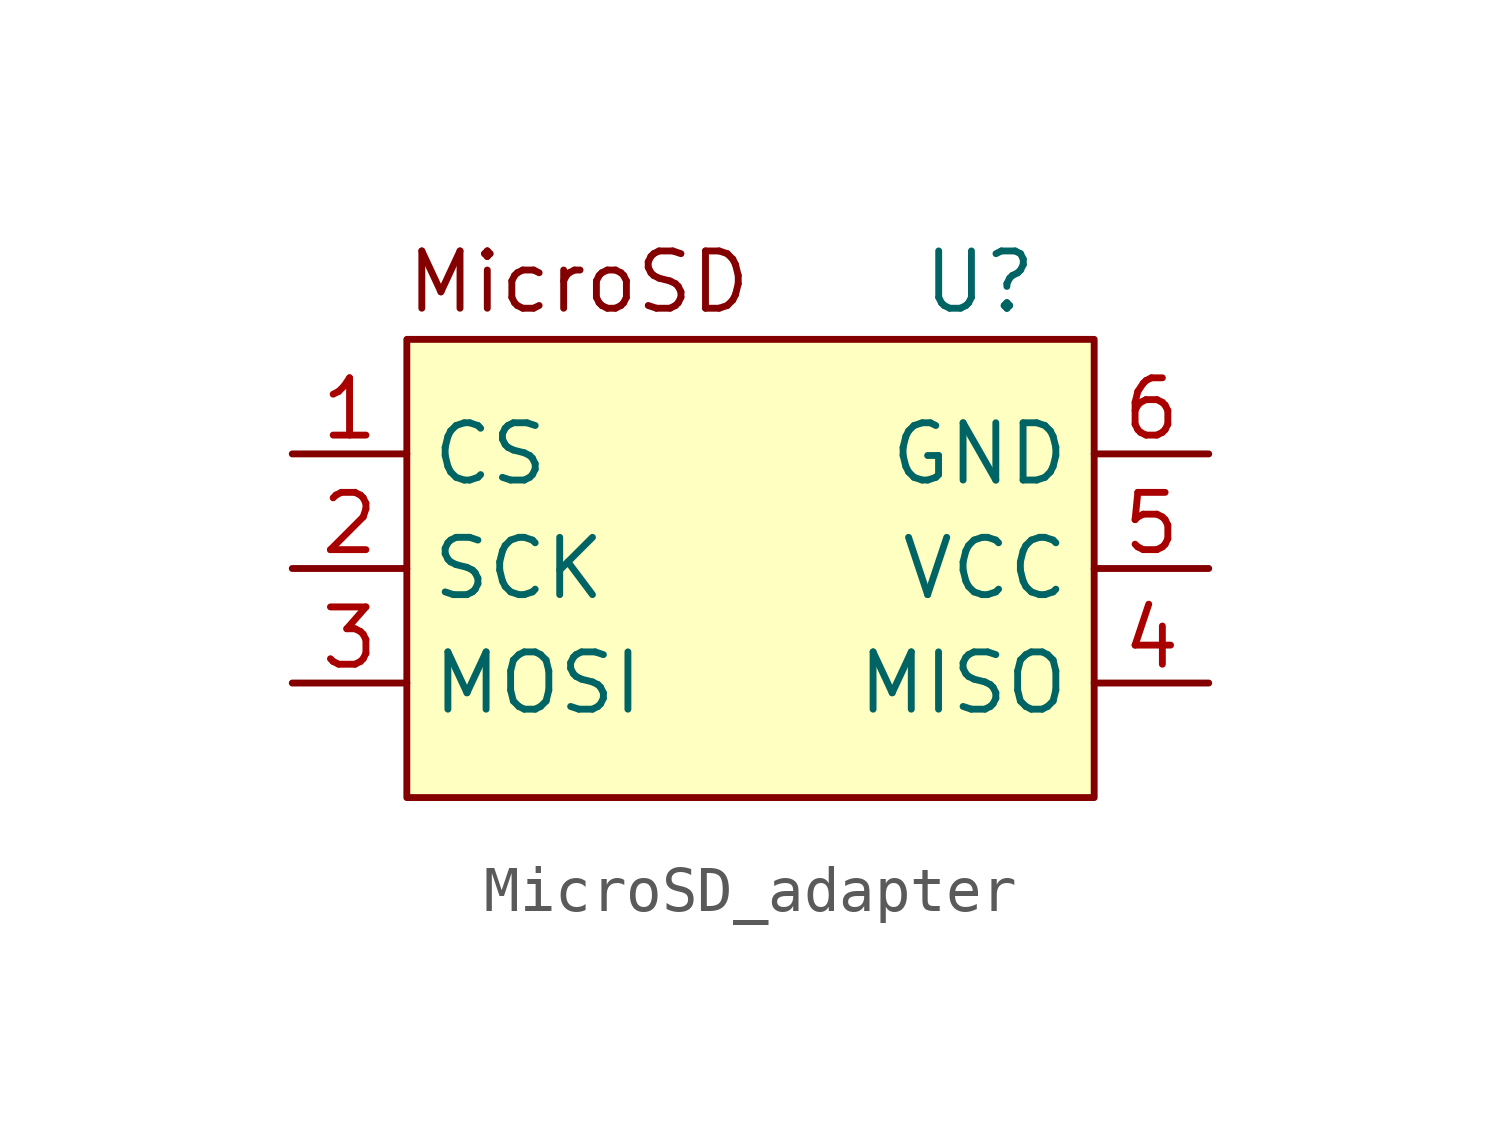
<source format=kicad_sym>
(kicad_symbol_lib
  (version 20220914)
  (generator kicad_symbol_editor)
  (symbol "MicroSD_adapter"
    (property "Reference" "U"
      (at 5.08 6.35 0)
      (effects (font (size 1.27 1.27))))
    (property "Value" ""
      (at -7.62 0 0)
      (effects (font (size 1.27 1.27))))
    (symbol "MicroSD_adapter_1_1"
      (rectangle (start -7.62 5.08) (end 7.62 -5.08) (stroke (width 0) (type default)) (fill (type background)))
      (text "MicroSD" (at -3.81 6.35 0) (effects (font (size 1.27 1.27))))
      (pin input line (at -10.16 2.54 0) (length 2.54) (name "CS" (effects (font (size 1.27 1.27)))) (number "1" (effects (font (size 1.27 1.27)))))
      (pin input line (at -10.16 0 0) (length 2.54) (name "SCK" (effects (font (size 1.27 1.27)))) (number "2" (effects (font (size 1.27 1.27)))))
      (pin input line (at -10.16 -2.54 0) (length 2.54) (name "MOSI" (effects (font (size 1.27 1.27)))) (number "3" (effects (font (size 1.27 1.27)))))
      (pin output line (at 10.16 -2.54 180) (length 2.54) (name "MISO" (effects (font (size 1.27 1.27)))) (number "4" (effects (font (size 1.27 1.27)))))
      (pin power_in line (at 10.16 0 180) (length 2.54) (name "VCC" (effects (font (size 1.27 1.27)))) (number "5" (effects (font (size 1.27 1.27)))))
      (pin power_in line (at 10.16 2.54 180) (length 2.54) (name "GND" (effects (font (size 1.27 1.27)))) (number "6" (effects (font (size 1.27 1.27))))))))
</source>
